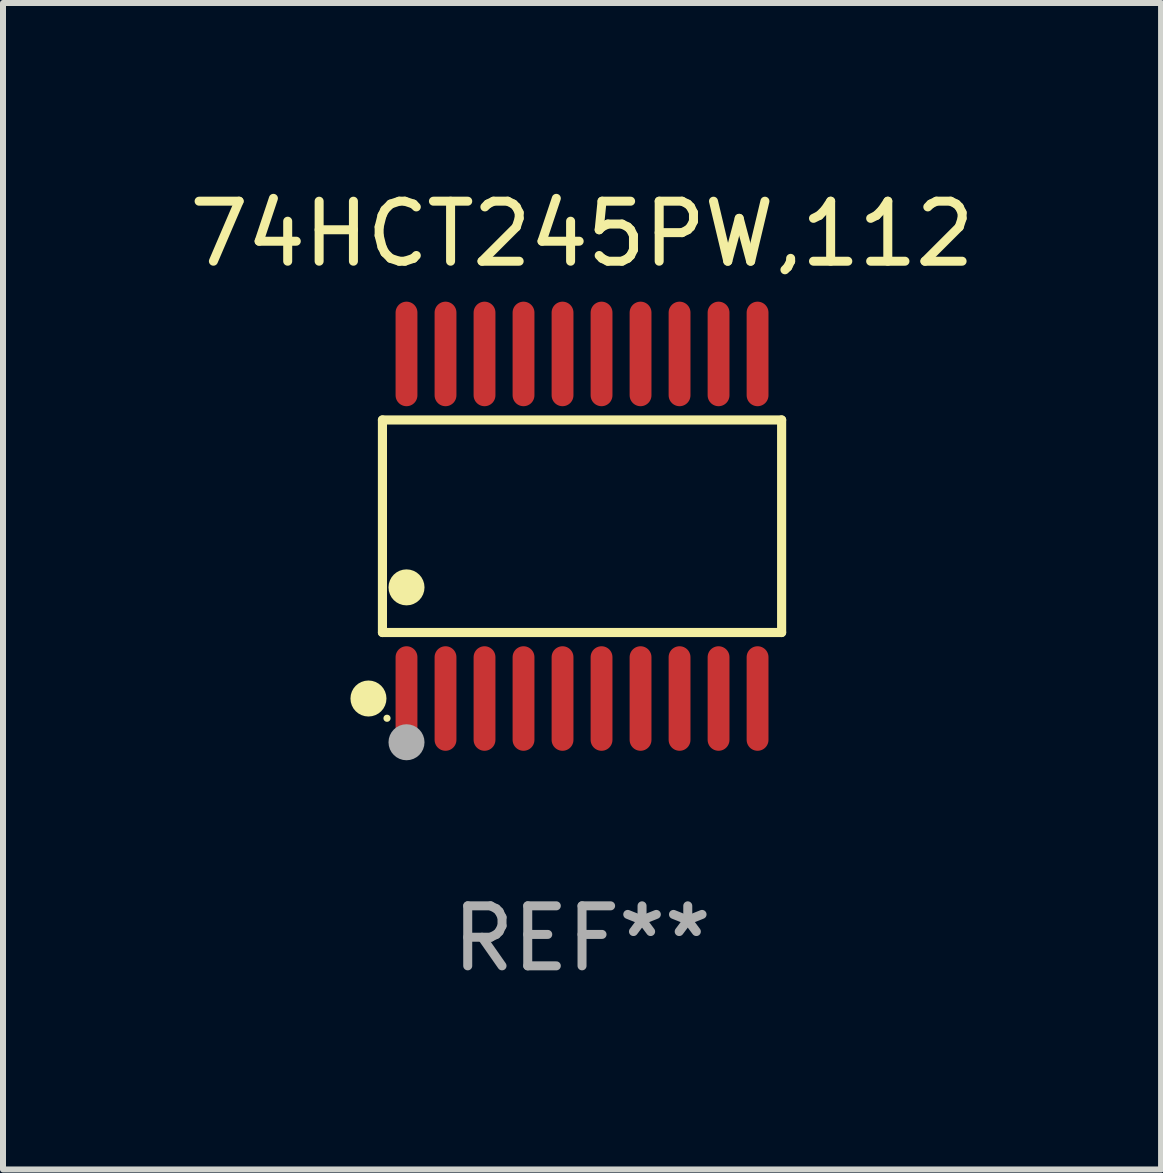
<source format=kicad_pcb>
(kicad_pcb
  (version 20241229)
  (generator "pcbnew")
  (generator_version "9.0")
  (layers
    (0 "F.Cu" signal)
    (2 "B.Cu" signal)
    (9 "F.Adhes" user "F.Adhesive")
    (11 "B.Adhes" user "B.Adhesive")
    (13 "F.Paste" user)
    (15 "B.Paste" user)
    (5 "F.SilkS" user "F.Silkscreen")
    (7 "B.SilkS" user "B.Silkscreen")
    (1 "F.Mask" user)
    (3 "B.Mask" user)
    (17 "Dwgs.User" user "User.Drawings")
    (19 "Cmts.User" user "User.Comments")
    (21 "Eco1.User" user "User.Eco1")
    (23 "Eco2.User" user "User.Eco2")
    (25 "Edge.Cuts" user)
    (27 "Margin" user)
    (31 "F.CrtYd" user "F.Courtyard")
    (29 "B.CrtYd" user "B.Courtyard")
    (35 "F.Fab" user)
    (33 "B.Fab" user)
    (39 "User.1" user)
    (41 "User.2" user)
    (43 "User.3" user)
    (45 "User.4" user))
  (footprint "74HCT245PW,112"
    (layer "F.Cu")
    (at 6.649 5.719)
    (property "Reference" "74HCT245PW,112" (at 0 -4.871 0) (layer "F.SilkS") (effects (font (size 1 1) (thickness 0.15))))
    (attr through_hole)
    (fp_line (start -3.326 -1.771) (end 3.326 -1.771) (stroke (width 0.152) (type solid)) (layer "F.SilkS"))
    (fp_line (start -3.326 1.771) (end -3.326 -1.771) (stroke (width 0.152) (type solid)) (layer "F.SilkS"))
    (fp_line (start 3.326 -1.771) (end 3.326 1.771) (stroke (width 0.152) (type solid)) (layer "F.SilkS"))
    (fp_line (start 3.326 1.771) (end -3.326 1.771) (stroke (width 0.152) (type solid)) (layer "F.SilkS"))
    (fp_circle (center -3.559 2.871) (end -3.409 2.871) (stroke (width 0.3) (type solid)) (fill no) (layer "F.SilkS"))
    (fp_circle (center -3.25 3.2) (end -3.22 3.2) (stroke (width 0.06) (type solid)) (fill no) (layer "F.SilkS"))
    (fp_circle (center -2.925 1.019) (end -2.775 1.019) (stroke (width 0.3) (type solid)) (fill no) (layer "F.SilkS"))
    (fp_circle (center -2.925 3.6) (end -2.775 3.6) (stroke (width 0.3) (type solid)) (fill no) (layer "F.Fab"))
    (fp_text user "REF**" (at 0 6.871 0) (layer "F.Fab") (effects (font (size 1 1) (thickness 0.15))))
    (pad "1" smd oval (at -2.925 2.871) (size 0.364 1.742) (layers "F.Cu" "F.Mask" "F.Paste"))
    (pad "2" smd oval (at -2.275 2.871) (size 0.364 1.742) (layers "F.Cu" "F.Mask" "F.Paste"))
    (pad "3" smd oval (at -1.625 2.871) (size 0.364 1.742) (layers "F.Cu" "F.Mask" "F.Paste"))
    (pad "4" smd oval (at -0.975 2.871) (size 0.364 1.742) (layers "F.Cu" "F.Mask" "F.Paste"))
    (pad "5" smd oval (at -0.325 2.871) (size 0.364 1.742) (layers "F.Cu" "F.Mask" "F.Paste"))
    (pad "6" smd oval (at 0.325 2.871) (size 0.364 1.742) (layers "F.Cu" "F.Mask" "F.Paste"))
    (pad "7" smd oval (at 0.975 2.871) (size 0.364 1.742) (layers "F.Cu" "F.Mask" "F.Paste"))
    (pad "8" smd oval (at 1.625 2.871) (size 0.364 1.742) (layers "F.Cu" "F.Mask" "F.Paste"))
    (pad "9" smd oval (at 2.275 2.871) (size 0.364 1.742) (layers "F.Cu" "F.Mask" "F.Paste"))
    (pad "10" smd oval (at 2.925 2.871) (size 0.364 1.742) (layers "F.Cu" "F.Mask" "F.Paste"))
    (pad "11" smd oval (at 2.925 -2.871) (size 0.364 1.742) (layers "F.Cu" "F.Mask" "F.Paste"))
    (pad "12" smd oval (at 2.275 -2.871) (size 0.364 1.742) (layers "F.Cu" "F.Mask" "F.Paste"))
    (pad "13" smd oval (at 1.625 -2.871) (size 0.364 1.742) (layers "F.Cu" "F.Mask" "F.Paste"))
    (pad "14" smd oval (at 0.975 -2.871) (size 0.364 1.742) (layers "F.Cu" "F.Mask" "F.Paste"))
    (pad "15" smd oval (at 0.325 -2.871) (size 0.364 1.742) (layers "F.Cu" "F.Mask" "F.Paste"))
    (pad "16" smd oval (at -0.325 -2.871) (size 0.364 1.742) (layers "F.Cu" "F.Mask" "F.Paste"))
    (pad "17" smd oval (at -0.975 -2.871) (size 0.364 1.742) (layers "F.Cu" "F.Mask" "F.Paste"))
    (pad "18" smd oval (at -1.625 -2.871) (size 0.364 1.742) (layers "F.Cu" "F.Mask" "F.Paste"))
    (pad "19" smd oval (at -2.275 -2.871) (size 0.364 1.742) (layers "F.Cu" "F.Mask" "F.Paste"))
    (pad "20" smd oval (at -2.925 -2.871) (size 0.364 1.742) (layers "F.Cu" "F.Mask" "F.Paste")))
  (gr_rect
    (start -3 -3)
    (end 16.298 16.438)
    (stroke (width 0.1) (type default))
    (fill no)
    (layer "Edge.Cuts")))
</source>
